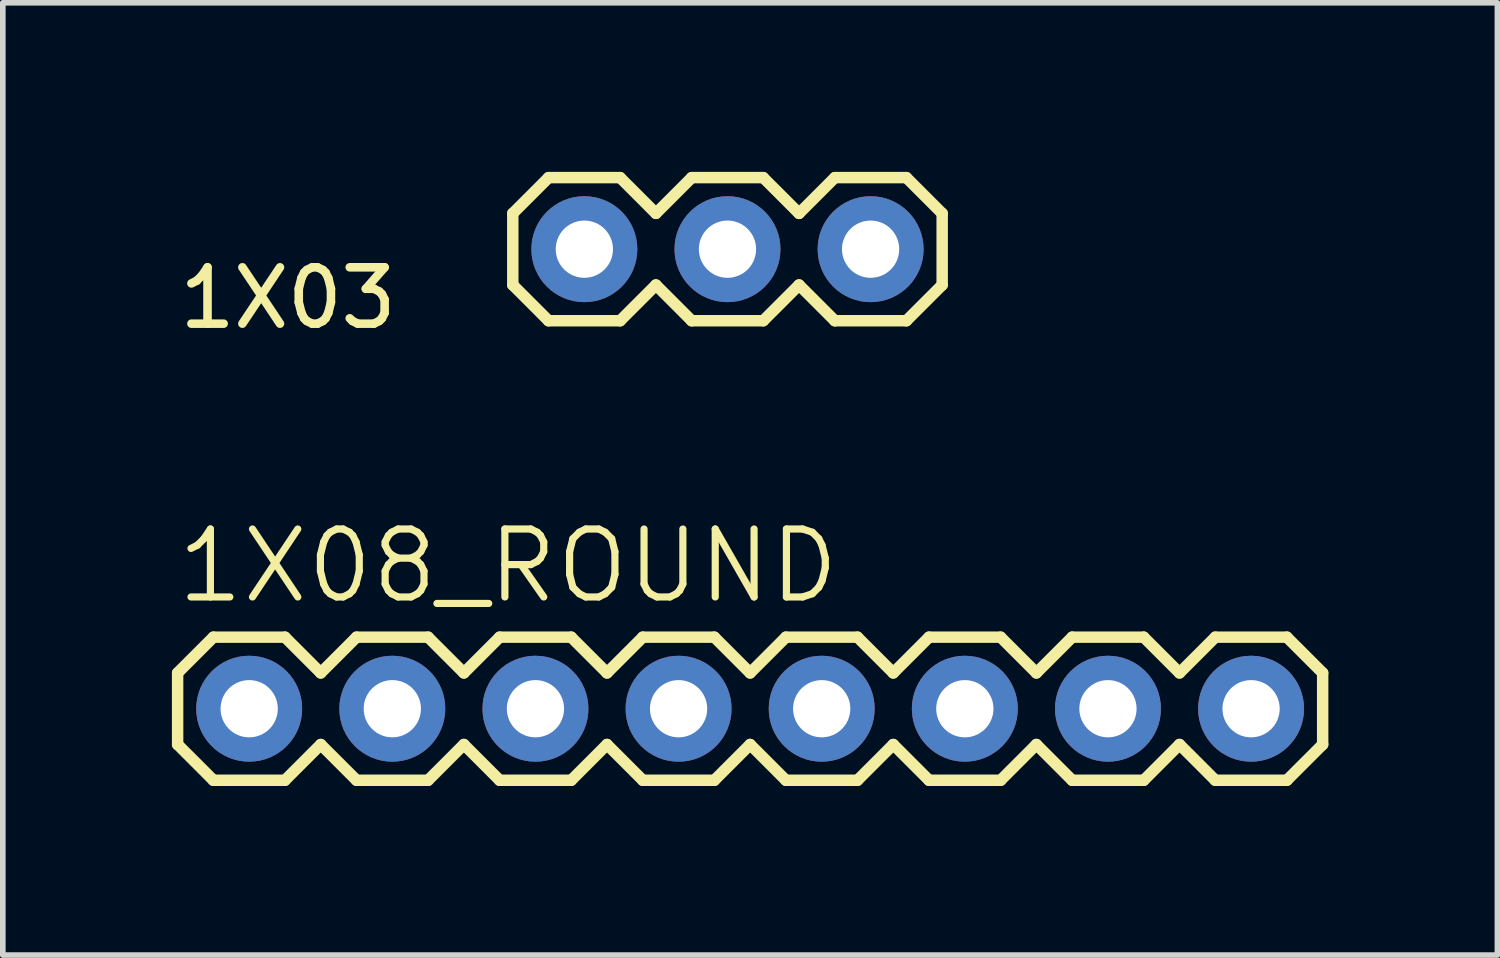
<source format=kicad_pcb>
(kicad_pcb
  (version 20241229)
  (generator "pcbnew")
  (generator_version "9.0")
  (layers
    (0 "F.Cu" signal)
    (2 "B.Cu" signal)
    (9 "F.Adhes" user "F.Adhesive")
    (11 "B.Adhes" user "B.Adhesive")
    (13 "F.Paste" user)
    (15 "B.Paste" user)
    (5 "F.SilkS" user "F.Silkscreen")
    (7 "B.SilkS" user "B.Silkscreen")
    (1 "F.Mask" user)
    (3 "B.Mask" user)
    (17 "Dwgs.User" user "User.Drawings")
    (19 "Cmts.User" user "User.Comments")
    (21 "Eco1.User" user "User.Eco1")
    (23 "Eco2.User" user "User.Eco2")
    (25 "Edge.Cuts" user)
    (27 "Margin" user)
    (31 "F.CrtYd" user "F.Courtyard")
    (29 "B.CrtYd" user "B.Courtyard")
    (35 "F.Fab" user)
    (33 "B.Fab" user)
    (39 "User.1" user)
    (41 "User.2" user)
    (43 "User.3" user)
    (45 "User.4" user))
  (footprint "1X08_ROUND"
    (layer "F.Cu")
    (at 1.372 9.527)
    (property "Reference" "1X08_ROUND" (at -1.346 -1.829 0) (layer "F.SilkS") (effects (font (size 1.206 1.206) (thickness 0.127)) (justify left bottom)))
    (attr through_hole)
    (fp_line (start -1.27 -0.635) (end -1.27 0.635) (stroke (width 0.203) (type solid)) (layer "F.SilkS"))
    (fp_line (start -1.27 0.635) (end -0.635 1.27) (stroke (width 0.203) (type solid)) (layer "F.SilkS"))
    (fp_line (start -0.635 -1.27) (end -1.27 -0.635) (stroke (width 0.203) (type solid)) (layer "F.SilkS"))
    (fp_line (start -0.635 -1.27) (end 0.635 -1.27) (stroke (width 0.203) (type solid)) (layer "F.SilkS"))
    (fp_line (start 0.635 -1.27) (end 1.27 -0.635) (stroke (width 0.203) (type solid)) (layer "F.SilkS"))
    (fp_line (start 0.635 1.27) (end -0.635 1.27) (stroke (width 0.203) (type solid)) (layer "F.SilkS"))
    (fp_line (start 1.27 -0.635) (end 1.905 -1.27) (stroke (width 0.203) (type solid)) (layer "F.SilkS"))
    (fp_line (start 1.27 0.635) (end 0.635 1.27) (stroke (width 0.203) (type solid)) (layer "F.SilkS"))
    (fp_line (start 1.905 -1.27) (end 3.175 -1.27) (stroke (width 0.203) (type solid)) (layer "F.SilkS"))
    (fp_line (start 1.905 1.27) (end 1.27 0.635) (stroke (width 0.203) (type solid)) (layer "F.SilkS"))
    (fp_line (start 3.175 -1.27) (end 3.81 -0.635) (stroke (width 0.203) (type solid)) (layer "F.SilkS"))
    (fp_line (start 3.175 1.27) (end 1.905 1.27) (stroke (width 0.203) (type solid)) (layer "F.SilkS"))
    (fp_line (start 3.81 -0.635) (end 4.445 -1.27) (stroke (width 0.203) (type solid)) (layer "F.SilkS"))
    (fp_line (start 3.81 0.635) (end 3.175 1.27) (stroke (width 0.203) (type solid)) (layer "F.SilkS"))
    (fp_line (start 4.445 -1.27) (end 5.715 -1.27) (stroke (width 0.203) (type solid)) (layer "F.SilkS"))
    (fp_line (start 4.445 1.27) (end 3.81 0.635) (stroke (width 0.203) (type solid)) (layer "F.SilkS"))
    (fp_line (start 5.715 -1.27) (end 6.35 -0.635) (stroke (width 0.203) (type solid)) (layer "F.SilkS"))
    (fp_line (start 5.715 1.27) (end 4.445 1.27) (stroke (width 0.203) (type solid)) (layer "F.SilkS"))
    (fp_line (start 6.35 0.635) (end 5.715 1.27) (stroke (width 0.203) (type solid)) (layer "F.SilkS"))
    (fp_line (start 6.35 0.635) (end 6.985 1.27) (stroke (width 0.203) (type solid)) (layer "F.SilkS"))
    (fp_line (start 6.985 -1.27) (end 6.35 -0.635) (stroke (width 0.203) (type solid)) (layer "F.SilkS"))
    (fp_line (start 6.985 -1.27) (end 8.255 -1.27) (stroke (width 0.203) (type solid)) (layer "F.SilkS"))
    (fp_line (start 8.255 -1.27) (end 8.89 -0.635) (stroke (width 0.203) (type solid)) (layer "F.SilkS"))
    (fp_line (start 8.255 1.27) (end 6.985 1.27) (stroke (width 0.203) (type solid)) (layer "F.SilkS"))
    (fp_line (start 8.89 -0.635) (end 9.525 -1.27) (stroke (width 0.203) (type solid)) (layer "F.SilkS"))
    (fp_line (start 8.89 0.635) (end 8.255 1.27) (stroke (width 0.203) (type solid)) (layer "F.SilkS"))
    (fp_line (start 9.525 -1.27) (end 10.795 -1.27) (stroke (width 0.203) (type solid)) (layer "F.SilkS"))
    (fp_line (start 9.525 1.27) (end 8.89 0.635) (stroke (width 0.203) (type solid)) (layer "F.SilkS"))
    (fp_line (start 10.795 -1.27) (end 11.43 -0.635) (stroke (width 0.203) (type solid)) (layer "F.SilkS"))
    (fp_line (start 10.795 1.27) (end 9.525 1.27) (stroke (width 0.203) (type solid)) (layer "F.SilkS"))
    (fp_line (start 11.43 -0.635) (end 12.065 -1.27) (stroke (width 0.203) (type solid)) (layer "F.SilkS"))
    (fp_line (start 11.43 0.635) (end 10.795 1.27) (stroke (width 0.203) (type solid)) (layer "F.SilkS"))
    (fp_line (start 12.065 -1.27) (end 13.335 -1.27) (stroke (width 0.203) (type solid)) (layer "F.SilkS"))
    (fp_line (start 12.065 1.27) (end 11.43 0.635) (stroke (width 0.203) (type solid)) (layer "F.SilkS"))
    (fp_line (start 13.335 -1.27) (end 13.97 -0.635) (stroke (width 0.203) (type solid)) (layer "F.SilkS"))
    (fp_line (start 13.335 1.27) (end 12.065 1.27) (stroke (width 0.203) (type solid)) (layer "F.SilkS"))
    (fp_line (start 13.97 0.635) (end 13.335 1.27) (stroke (width 0.203) (type solid)) (layer "F.SilkS"))
    (fp_line (start 13.97 0.635) (end 14.605 1.27) (stroke (width 0.203) (type solid)) (layer "F.SilkS"))
    (fp_line (start 14.605 -1.27) (end 13.97 -0.635) (stroke (width 0.203) (type solid)) (layer "F.SilkS"))
    (fp_line (start 14.605 -1.27) (end 15.875 -1.27) (stroke (width 0.203) (type solid)) (layer "F.SilkS"))
    (fp_line (start 15.875 -1.27) (end 16.51 -0.635) (stroke (width 0.203) (type solid)) (layer "F.SilkS"))
    (fp_line (start 15.875 1.27) (end 14.605 1.27) (stroke (width 0.203) (type solid)) (layer "F.SilkS"))
    (fp_line (start 16.51 0.635) (end 15.875 1.27) (stroke (width 0.203) (type solid)) (layer "F.SilkS"))
    (fp_line (start 16.51 0.635) (end 17.145 1.27) (stroke (width 0.203) (type solid)) (layer "F.SilkS"))
    (fp_line (start 17.145 -1.27) (end 16.51 -0.635) (stroke (width 0.203) (type solid)) (layer "F.SilkS"))
    (fp_line (start 17.145 -1.27) (end 18.415 -1.27) (stroke (width 0.203) (type solid)) (layer "F.SilkS"))
    (fp_line (start 18.415 -1.27) (end 19.05 -0.635) (stroke (width 0.203) (type solid)) (layer "F.SilkS"))
    (fp_line (start 18.415 1.27) (end 17.145 1.27) (stroke (width 0.203) (type solid)) (layer "F.SilkS"))
    (fp_line (start 19.05 -0.635) (end 19.05 0.635) (stroke (width 0.203) (type solid)) (layer "F.SilkS"))
    (fp_line (start 19.05 0.635) (end 18.415 1.27) (stroke (width 0.203) (type solid)) (layer "F.SilkS"))
    (fp_poly (pts (xy -0.254 0.254) (xy 0.254 0.254) (xy 0.254 -0.254) (xy -0.254 -0.254)) (stroke (width 0.1) (type solid)) (fill no) (layer "F.Fab"))
    (fp_poly (pts (xy 2.286 0.254) (xy 2.794 0.254) (xy 2.794 -0.254) (xy 2.286 -0.254)) (stroke (width 0.1) (type solid)) (fill no) (layer "F.Fab"))
    (fp_poly (pts (xy 4.826 0.254) (xy 5.334 0.254) (xy 5.334 -0.254) (xy 4.826 -0.254)) (stroke (width 0.1) (type solid)) (fill no) (layer "F.Fab"))
    (fp_poly (pts (xy 7.366 0.254) (xy 7.874 0.254) (xy 7.874 -0.254) (xy 7.366 -0.254)) (stroke (width 0.1) (type solid)) (fill no) (layer "F.Fab"))
    (fp_poly (pts (xy 9.906 0.254) (xy 10.414 0.254) (xy 10.414 -0.254) (xy 9.906 -0.254)) (stroke (width 0.1) (type solid)) (fill no) (layer "F.Fab"))
    (fp_poly (pts (xy 12.446 0.254) (xy 12.954 0.254) (xy 12.954 -0.254) (xy 12.446 -0.254)) (stroke (width 0.1) (type solid)) (fill no) (layer "F.Fab"))
    (fp_poly (pts (xy 14.986 0.254) (xy 15.494 0.254) (xy 15.494 -0.254) (xy 14.986 -0.254)) (stroke (width 0.1) (type solid)) (fill no) (layer "F.Fab"))
    (fp_poly (pts (xy 17.526 0.254) (xy 18.034 0.254) (xy 18.034 -0.254) (xy 17.526 -0.254)) (stroke (width 0.1) (type solid)) (fill no) (layer "F.Fab"))
    (pad "1" thru_hole circle (at 0 0 90) (size 1.88 1.88) (drill 1.016) (layers "*.Cu" "*.Mask"))
    (pad "2" thru_hole circle (at 2.54 0 90) (size 1.88 1.88) (drill 1.016) (layers "*.Cu" "*.Mask"))
    (pad "3" thru_hole circle (at 5.08 0 90) (size 1.88 1.88) (drill 1.016) (layers "*.Cu" "*.Mask"))
    (pad "4" thru_hole circle (at 7.62 0 90) (size 1.88 1.88) (drill 1.016) (layers "*.Cu" "*.Mask"))
    (pad "5" thru_hole circle (at 10.16 0 90) (size 1.88 1.88) (drill 1.016) (layers "*.Cu" "*.Mask"))
    (pad "6" thru_hole circle (at 12.7 0 90) (size 1.88 1.88) (drill 1.016) (layers "*.Cu" "*.Mask"))
    (pad "7" thru_hole circle (at 15.24 0 90) (size 1.88 1.88) (drill 1.016) (layers "*.Cu" "*.Mask"))
    (pad "8" thru_hole circle (at 17.78 0 90) (size 1.88 1.88) (drill 1.016) (layers "*.Cu" "*.Mask")))
  (footprint "1X03"
    (layer "F.Cu")
    (at 7.32 1.372)
    (property "Reference" "1X03" (at -3.254 0.282 180) (layer "F.SilkS") (effects (font (size 1 1) (thickness 0.152)) (justify right top)))
    (attr through_hole)
    (fp_line (start -1.27 -0.635) (end -1.27 0.635) (stroke (width 0.203) (type solid)) (layer "F.SilkS"))
    (fp_line (start -1.27 0.635) (end -0.635 1.27) (stroke (width 0.203) (type solid)) (layer "F.SilkS"))
    (fp_line (start -0.635 -1.27) (end -1.27 -0.635) (stroke (width 0.203) (type solid)) (layer "F.SilkS"))
    (fp_line (start -0.635 -1.27) (end 0.635 -1.27) (stroke (width 0.203) (type solid)) (layer "F.SilkS"))
    (fp_line (start 0.635 -1.27) (end 1.27 -0.635) (stroke (width 0.203) (type solid)) (layer "F.SilkS"))
    (fp_line (start 0.635 1.27) (end -0.635 1.27) (stroke (width 0.203) (type solid)) (layer "F.SilkS"))
    (fp_line (start 1.27 -0.635) (end 1.905 -1.27) (stroke (width 0.203) (type solid)) (layer "F.SilkS"))
    (fp_line (start 1.27 0.635) (end 0.635 1.27) (stroke (width 0.203) (type solid)) (layer "F.SilkS"))
    (fp_line (start 1.905 -1.27) (end 3.175 -1.27) (stroke (width 0.203) (type solid)) (layer "F.SilkS"))
    (fp_line (start 1.905 1.27) (end 1.27 0.635) (stroke (width 0.203) (type solid)) (layer "F.SilkS"))
    (fp_line (start 3.175 -1.27) (end 3.81 -0.635) (stroke (width 0.203) (type solid)) (layer "F.SilkS"))
    (fp_line (start 3.175 1.27) (end 1.905 1.27) (stroke (width 0.203) (type solid)) (layer "F.SilkS"))
    (fp_line (start 3.81 -0.635) (end 4.445 -1.27) (stroke (width 0.203) (type solid)) (layer "F.SilkS"))
    (fp_line (start 3.81 0.635) (end 3.175 1.27) (stroke (width 0.203) (type solid)) (layer "F.SilkS"))
    (fp_line (start 4.445 -1.27) (end 5.715 -1.27) (stroke (width 0.203) (type solid)) (layer "F.SilkS"))
    (fp_line (start 4.445 1.27) (end 3.81 0.635) (stroke (width 0.203) (type solid)) (layer "F.SilkS"))
    (fp_line (start 5.715 -1.27) (end 6.35 -0.635) (stroke (width 0.203) (type solid)) (layer "F.SilkS"))
    (fp_line (start 5.715 1.27) (end 4.445 1.27) (stroke (width 0.203) (type solid)) (layer "F.SilkS"))
    (fp_line (start 6.35 -0.635) (end 6.35 0.635) (stroke (width 0.203) (type solid)) (layer "F.SilkS"))
    (fp_line (start 6.35 0.635) (end 5.715 1.27) (stroke (width 0.203) (type solid)) (layer "F.SilkS"))
    (fp_poly (pts (xy -0.254 0.254) (xy 0.254 0.254) (xy 0.254 -0.254) (xy -0.254 -0.254)) (stroke (width 0.1) (type solid)) (fill no) (layer "F.Fab"))
    (fp_poly (pts (xy 2.286 0.254) (xy 2.794 0.254) (xy 2.794 -0.254) (xy 2.286 -0.254)) (stroke (width 0.1) (type solid)) (fill no) (layer "F.Fab"))
    (fp_poly (pts (xy 4.826 0.254) (xy 5.334 0.254) (xy 5.334 -0.254) (xy 4.826 -0.254)) (stroke (width 0.1) (type solid)) (fill no) (layer "F.Fab"))
    (pad "1" thru_hole circle (at 0 0 90) (size 1.88 1.88) (drill 1.016) (layers "*.Cu" "*.Mask"))
    (pad "2" thru_hole circle (at 2.54 0 90) (size 1.88 1.88) (drill 1.016) (layers "*.Cu" "*.Mask"))
    (pad "3" thru_hole circle (at 5.08 0 90) (size 1.88 1.88) (drill 1.016) (layers "*.Cu" "*.Mask")))
  (gr_rect
    (start -3 -3)
    (end 23.523 13.899)
    (stroke (width 0.1) (type default))
    (fill no)
    (layer "Edge.Cuts")))
</source>
